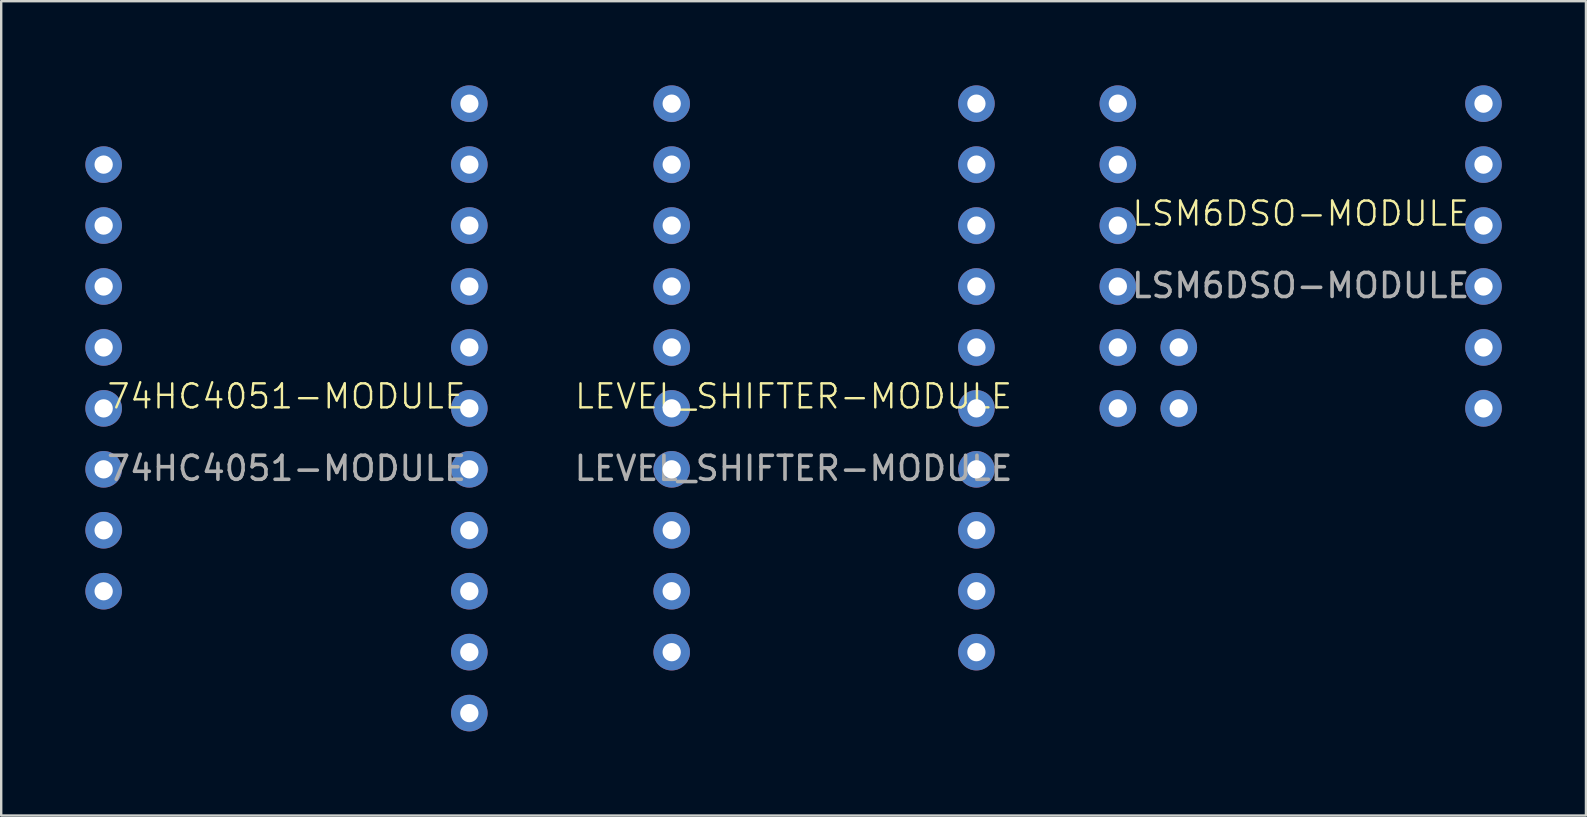
<source format=kicad_pcb>
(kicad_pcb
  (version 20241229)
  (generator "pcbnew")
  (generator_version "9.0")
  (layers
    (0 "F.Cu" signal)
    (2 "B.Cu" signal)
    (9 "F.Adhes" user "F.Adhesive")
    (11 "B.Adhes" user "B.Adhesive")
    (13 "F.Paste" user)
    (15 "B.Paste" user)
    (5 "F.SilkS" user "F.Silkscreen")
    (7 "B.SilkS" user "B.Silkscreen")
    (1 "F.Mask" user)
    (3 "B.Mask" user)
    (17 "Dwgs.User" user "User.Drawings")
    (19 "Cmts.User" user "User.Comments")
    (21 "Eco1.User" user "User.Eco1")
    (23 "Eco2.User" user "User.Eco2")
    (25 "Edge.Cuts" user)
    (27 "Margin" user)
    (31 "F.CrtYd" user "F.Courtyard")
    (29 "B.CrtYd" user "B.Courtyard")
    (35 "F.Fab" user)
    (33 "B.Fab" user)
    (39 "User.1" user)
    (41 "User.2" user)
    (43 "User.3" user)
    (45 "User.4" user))
  (footprint "LSM6DSO-MODULE"
    (layer "F.Cu")
    (at 51.158 6.35)
    (property "Reference" "LSM6DSO-MODULE" (at 0 -0.5 0) (unlocked yes) (layer "F.SilkS") (effects (font (size 1 1) (thickness 0.1))))
    (attr through_hole)
    (fp_text user "${REFERENCE}" (at 0 2.5 0) (unlocked yes) (layer "F.Fab") (effects (font (size 1 1) (thickness 0.15))))
    (pad "1" thru_hole circle (at -7.62 -2.54) (size 1.524 1.524) (drill 0.762) (layers "*.Cu" "*.Mask"))
    (pad "2" thru_hole circle (at 7.62 5.08) (size 1.524 1.524) (drill 0.762) (layers "*.Cu" "*.Mask"))
    (pad "3" thru_hole circle (at 7.62 2.54) (size 1.524 1.524) (drill 0.762) (layers "*.Cu" "*.Mask"))
    (pad "4" thru_hole circle (at 7.62 -5.08) (size 1.524 1.524) (drill 0.762) (layers "*.Cu" "*.Mask"))
    (pad "5" thru_hole circle (at -7.62 5.08) (size 1.524 1.524) (drill 0.762) (layers "*.Cu" "*.Mask"))
    (pad "6" thru_hole circle (at -7.62 7.62) (size 1.524 1.524) (drill 0.762) (layers "*.Cu" "*.Mask"))
    (pad "7" thru_hole circle (at -5.08 7.62) (size 1.524 1.524) (drill 0.762) (layers "*.Cu" "*.Mask"))
    (pad "8" thru_hole circle (at -5.08 5.08) (size 1.524 1.524) (drill 0.762) (layers "*.Cu" "*.Mask"))
    (pad "9" thru_hole circle (at 7.62 -2.54) (size 1.524 1.524) (drill 0.762) (layers "*.Cu" "*.Mask"))
    (pad "10" thru_hole circle (at 7.62 0) (size 1.524 1.524) (drill 0.762) (layers "*.Cu" "*.Mask"))
    (pad "11" thru_hole circle (at 7.62 7.62) (size 1.524 1.524) (drill 0.762) (layers "*.Cu" "*.Mask"))
    (pad "12" thru_hole circle (at -7.62 -5.08) (size 1.524 1.524) (drill 0.762) (layers "*.Cu" "*.Mask"))
    (pad "13" thru_hole circle (at -7.62 0) (size 1.524 1.524) (drill 0.762) (layers "*.Cu" "*.Mask"))
    (pad "14" thru_hole circle (at -7.62 2.54) (size 1.524 1.524) (drill 0.762) (layers "*.Cu" "*.Mask"))
    (zone (net_name "") (layer "F.SilkS") (name "dimensions") (hatch edge 0.5) (connect_pads) (min_thickness 0.25) (filled_areas_thickness no) (keepout (tracks not_allowed) (vias not_allowed) (pads not_allowed) (copperpour allowed) (footprints not_allowed)) (placement (enabled no)) (fill) (polygon (pts (xy 42.268 0) (xy 42.268 15.24) (xy 60.048 15.24) (xy 60.048 0)))))
  (footprint "LEVEL_SHIFTER-MODULE"
    (layer "F.Cu")
    (at 30.024 13.97)
    (property "Reference" "LEVEL_SHIFTER-MODULE" (at 0 -0.5 0) (unlocked yes) (layer "F.SilkS") (effects (font (size 1 1) (thickness 0.1))))
    (attr through_hole)
    (fp_text user "${REFERENCE}" (at 0 2.5 0) (unlocked yes) (layer "F.Fab") (effects (font (size 1 1) (thickness 0.15))))
    (pad "1" thru_hole circle (at -5.08 -12.7) (size 1.524 1.524) (drill 0.762) (layers "*.Cu" "*.Mask"))
    (pad "2" thru_hole circle (at -5.08 -10.16) (size 1.524 1.524) (drill 0.762) (layers "*.Cu" "*.Mask"))
    (pad "3" thru_hole circle (at -5.08 -7.62) (size 1.524 1.524) (drill 0.762) (layers "*.Cu" "*.Mask"))
    (pad "4" thru_hole circle (at -5.08 -5.08) (size 1.524 1.524) (drill 0.762) (layers "*.Cu" "*.Mask"))
    (pad "5" thru_hole circle (at -5.08 -2.54) (size 1.524 1.524) (drill 0.762) (layers "*.Cu" "*.Mask"))
    (pad "6" thru_hole circle (at -5.08 0) (size 1.524 1.524) (drill 0.762) (layers "*.Cu" "*.Mask"))
    (pad "7" thru_hole circle (at -5.08 2.54) (size 1.524 1.524) (drill 0.762) (layers "*.Cu" "*.Mask"))
    (pad "8" thru_hole circle (at -5.08 5.08) (size 1.524 1.524) (drill 0.762) (layers "*.Cu" "*.Mask"))
    (pad "9" thru_hole circle (at -5.08 7.62) (size 1.524 1.524) (drill 0.762) (layers "*.Cu" "*.Mask"))
    (pad "10" thru_hole circle (at -5.08 10.16) (size 1.524 1.524) (drill 0.762) (layers "*.Cu" "*.Mask"))
    (pad "11" thru_hole circle (at 7.62 10.16) (size 1.524 1.524) (drill 0.762) (layers "*.Cu" "*.Mask"))
    (pad "12" thru_hole circle (at 7.62 7.62) (size 1.524 1.524) (drill 0.762) (layers "*.Cu" "*.Mask"))
    (pad "13" thru_hole circle (at 7.62 5.08) (size 1.524 1.524) (drill 0.762) (layers "*.Cu" "*.Mask"))
    (pad "14" thru_hole circle (at 7.62 2.54) (size 1.524 1.524) (drill 0.762) (layers "*.Cu" "*.Mask"))
    (pad "15" thru_hole circle (at 7.62 0) (size 1.524 1.524) (drill 0.762) (layers "*.Cu" "*.Mask"))
    (pad "16" thru_hole circle (at 7.62 -2.54) (size 1.524 1.524) (drill 0.762) (layers "*.Cu" "*.Mask"))
    (pad "17" thru_hole circle (at 7.62 -5.08) (size 1.524 1.524) (drill 0.762) (layers "*.Cu" "*.Mask"))
    (pad "18" thru_hole circle (at 7.62 -7.62) (size 1.524 1.524) (drill 0.762) (layers "*.Cu" "*.Mask"))
    (pad "19" thru_hole circle (at 7.62 -10.16) (size 1.524 1.524) (drill 0.762) (layers "*.Cu" "*.Mask"))
    (pad "20" thru_hole circle (at 7.62 -12.7) (size 1.524 1.524) (drill 0.762) (layers "*.Cu" "*.Mask"))
    (zone (net_name "") (layer "F.SilkS") (name "dimensions") (hatch edge 0.5) (connect_pads) (min_thickness 0.25) (filled_areas_thickness no) (keepout (tracks not_allowed) (vias not_allowed) (pads not_allowed) (copperpour allowed) (footprints not_allowed)) (placement (enabled no)) (fill) (polygon (pts (xy 23.674 0) (xy 23.674 25.4) (xy 38.914 25.4) (xy 38.914 0)))))
  (footprint "74HC4051-MODULE"
    (layer "F.Cu")
    (at 8.89 13.97)
    (property "Reference" "74HC4051-MODULE" (at 0 -0.5 0) (unlocked yes) (layer "F.SilkS") (effects (font (size 1 1) (thickness 0.1))))
    (attr through_hole)
    (fp_text user "${REFERENCE}" (at 0 2.5 0) (unlocked yes) (layer "F.Fab") (effects (font (size 1 1) (thickness 0.15))))
    (pad "1" thru_hole circle (at 7.62 5.08) (size 1.524 1.524) (drill 0.762) (layers "*.Cu" "*.Mask"))
    (pad "2" thru_hole circle (at 7.62 10.16) (size 1.524 1.524) (drill 0.762) (layers "*.Cu" "*.Mask"))
    (pad "3" thru_hole circle (at -7.62 -2.54) (size 1.524 1.524) (drill 0.762) (layers "*.Cu" "*.Mask"))
    (pad "4" thru_hole circle (at 7.62 12.7) (size 1.524 1.524) (drill 0.762) (layers "*.Cu" "*.Mask"))
    (pad "5" thru_hole circle (at 7.62 7.62) (size 1.524 1.524) (drill 0.762) (layers "*.Cu" "*.Mask"))
    (pad "6" thru_hole circle (at -7.62 7.62) (size 1.524 1.524) (drill 0.762) (layers "*.Cu" "*.Mask"))
    (pad "7" thru_hole circle (at -7.62 -10.16) (size 1.524 1.524) (drill 0.762) (layers "*.Cu" "*.Mask"))
    (pad "7" thru_hole circle (at 7.62 -12.7) (size 1.524 1.524) (drill 0.762) (layers "*.Cu" "*.Mask"))
    (pad "8" thru_hole circle (at 7.62 -7.62) (size 1.524 1.524) (drill 0.762) (layers "*.Cu" "*.Mask"))
    (pad "9" thru_hole circle (at -7.62 5.08) (size 1.524 1.524) (drill 0.762) (layers "*.Cu" "*.Mask"))
    (pad "10" thru_hole circle (at -7.62 2.54) (size 1.524 1.524) (drill 0.762) (layers "*.Cu" "*.Mask"))
    (pad "11" thru_hole circle (at -7.62 0) (size 1.524 1.524) (drill 0.762) (layers "*.Cu" "*.Mask"))
    (pad "12" thru_hole circle (at 7.62 2.54) (size 1.524 1.524) (drill 0.762) (layers "*.Cu" "*.Mask"))
    (pad "13" thru_hole circle (at 7.62 -5.08) (size 1.524 1.524) (drill 0.762) (layers "*.Cu" "*.Mask"))
    (pad "14" thru_hole circle (at 7.62 -2.54) (size 1.524 1.524) (drill 0.762) (layers "*.Cu" "*.Mask"))
    (pad "15" thru_hole circle (at 7.62 0) (size 1.524 1.524) (drill 0.762) (layers "*.Cu" "*.Mask"))
    (pad "16" thru_hole circle (at -7.62 -7.62) (size 1.524 1.524) (drill 0.762) (layers "*.Cu" "*.Mask"))
    (pad "16" thru_hole circle (at 7.62 -10.16) (size 1.524 1.524) (drill 0.762) (layers "*.Cu" "*.Mask"))
    (pad "17" thru_hole circle (at -7.62 -5.08) (size 1.524 1.524) (drill 0.762) (layers "*.Cu" "*.Mask"))
    (zone (net_name "") (layer "F.SilkS") (name "dimensions") (hatch edge 0.5) (connect_pads) (min_thickness 0.25) (filled_areas_thickness no) (keepout (tracks not_allowed) (vias not_allowed) (pads not_allowed) (copperpour allowed) (footprints not_allowed)) (placement (enabled no)) (fill) (polygon (pts (xy 17.78 0) (xy 17.78 27.94) (xy 0 27.94) (xy 0 0)))))
  (gr_rect
    (start -3 -3)
    (end 63.048 30.94)
    (stroke (width 0.1) (type default))
    (fill no)
    (layer "Edge.Cuts")))
</source>
